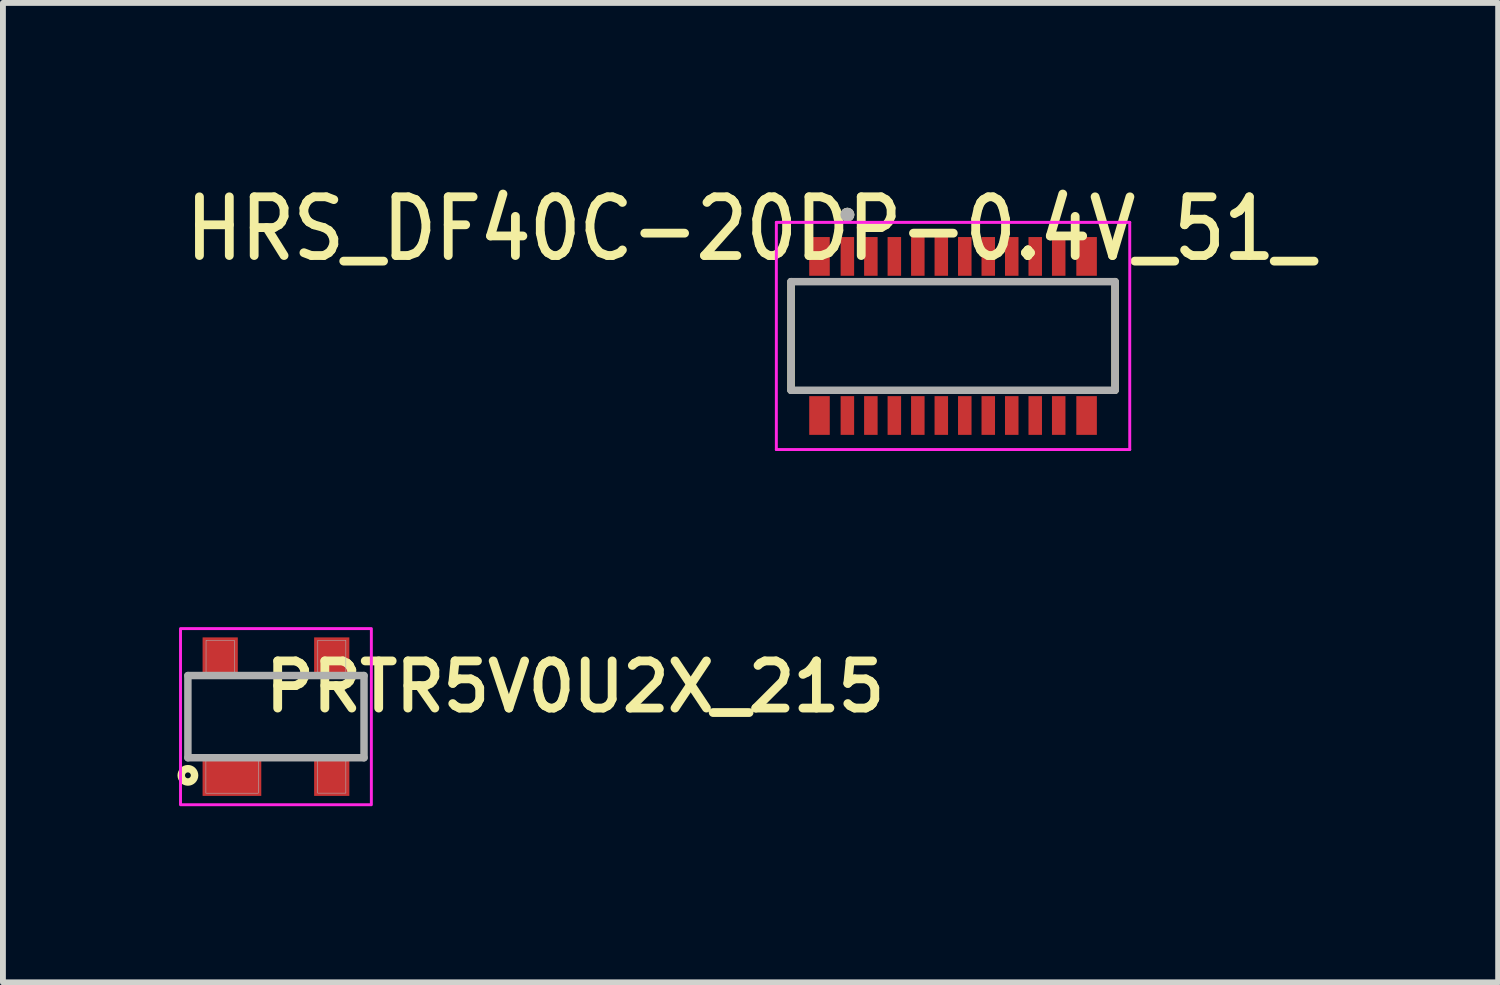
<source format=kicad_pcb>
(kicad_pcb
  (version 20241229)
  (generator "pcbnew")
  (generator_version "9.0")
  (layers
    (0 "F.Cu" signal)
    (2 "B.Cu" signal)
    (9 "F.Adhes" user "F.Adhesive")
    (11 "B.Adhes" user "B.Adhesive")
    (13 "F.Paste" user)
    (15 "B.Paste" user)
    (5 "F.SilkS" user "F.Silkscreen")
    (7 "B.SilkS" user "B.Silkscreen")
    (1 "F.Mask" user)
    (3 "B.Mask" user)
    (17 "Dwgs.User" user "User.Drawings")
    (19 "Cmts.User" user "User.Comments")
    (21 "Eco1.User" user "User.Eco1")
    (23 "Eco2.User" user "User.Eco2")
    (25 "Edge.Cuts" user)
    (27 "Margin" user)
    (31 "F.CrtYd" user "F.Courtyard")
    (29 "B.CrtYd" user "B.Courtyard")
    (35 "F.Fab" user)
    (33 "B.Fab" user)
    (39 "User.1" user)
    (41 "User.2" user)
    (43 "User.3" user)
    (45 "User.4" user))
  (footprint "PRTR5V0U2X_215"
    (layer "F.Cu")
    (at 1.651 9.158)
    (property "Reference" "PRTR5V0U2X_215" (at 5.096 -0.51 0) (layer "F.SilkS") (effects (font (size 0.803 0.803) (thickness 0.15))))
    (attr smd)
    (fp_circle (center -1.5 1) (end -1.45 1) (stroke (width 0.127) (type solid)) (fill no) (layer "F.SilkS"))
    (fp_poly (pts (xy -1.202 -1.3) (xy -0.7 -1.3) (xy -0.7 -0.701) (xy -1.202 -0.701)) (stroke (width 0.01) (type solid)) (fill yes) (layer "F.Paste"))
    (fp_poly (pts (xy -1.202 0.7) (xy -0.3 0.7) (xy -0.3 1.302) (xy -1.202 1.302)) (stroke (width 0.01) (type solid)) (fill yes) (layer "F.Paste"))
    (fp_poly (pts (xy 0.701 0.7) (xy 1.2 0.7) (xy 1.2 1.301) (xy 0.701 1.301)) (stroke (width 0.01) (type solid)) (fill yes) (layer "F.Paste"))
    (fp_poly (pts (xy 0.701 -1.3) (xy 1.2 -1.3) (xy 1.2 -0.701) (xy 0.701 -0.701)) (stroke (width 0.01) (type solid)) (fill yes) (layer "F.Paste"))
    (fp_poly (pts (xy -1.626 -1.5) (xy 1.625 -1.5) (xy 1.625 1.501) (xy -1.626 1.501)) (stroke (width 0.05) (type solid)) (fill no) (layer "F.CrtYd"))
    (fp_line (start -1.5 -0.7) (end 1.5 -0.7) (stroke (width 0.127) (type solid)) (layer "F.Fab"))
    (fp_line (start -1.5 0.7) (end -1.5 -0.7) (stroke (width 0.127) (type solid)) (layer "F.Fab"))
    (fp_line (start 1.5 -0.7) (end 1.5 0.7) (stroke (width 0.127) (type solid)) (layer "F.Fab"))
    (fp_line (start 1.5 0.7) (end -1.5 0.7) (stroke (width 0.127) (type solid)) (layer "F.Fab"))
    (fp_poly (pts (xy -1.194 0.65) (xy -0.3 0.65) (xy -0.3 1.304) (xy -1.194 1.304)) (stroke (width 0.01) (type solid)) (fill no) (layer "F.Fab"))
    (fp_poly (pts (xy -1.191 -1.3) (xy -0.71 -1.3) (xy -0.71 -0.651) (xy -1.191 -0.651)) (stroke (width 0.01) (type solid)) (fill no) (layer "F.Fab"))
    (fp_poly (pts (xy 0.711 0.65) (xy 1.19 0.65) (xy 1.19 1.303) (xy 0.711 1.303)) (stroke (width 0.01) (type solid)) (fill no) (layer "F.Fab"))
    (fp_poly (pts (xy 0.712 -1.3) (xy 1.19 -1.3) (xy 1.19 -0.652) (xy 0.712 -0.652)) (stroke (width 0.01) (type solid)) (fill no) (layer "F.Fab"))
    (pad "1" smd rect (at -0.75 1) (size 1 0.7) (layers "F.Cu" "F.Mask" "F.Paste"))
    (pad "2" smd rect (at 0.95 1) (size 0.6 0.7) (layers "F.Cu" "F.Mask" "F.Paste"))
    (pad "3" smd rect (at 0.95 -1) (size 0.6 0.7) (layers "F.Cu" "F.Mask" "F.Paste"))
    (pad "4" smd rect (at -0.95 -1) (size 0.6 0.7) (layers "F.Cu" "F.Mask" "F.Paste")))
  (footprint "HRS_DF40C-20DP-0.4V_51_"
    (layer "F.Cu")
    (at 13.185 2.673)
    (property "Reference" "HRS_DF40C-20DP-0.4V_51_" (at -3.45 -1.825 0) (layer "F.SilkS") (effects (font (size 1 0.89) (thickness 0.15))))
    (attr smd)
    (fp_line (start -2.76 0.925) (end -2.76 -0.925) (stroke (width 0.127) (type solid)) (layer "F.SilkS"))
    (fp_line (start 2.76 -0.925) (end 2.76 0.925) (stroke (width 0.127) (type solid)) (layer "F.SilkS"))
    (fp_circle (center -1.8 -2.065) (end -1.74 -2.065) (stroke (width 0.12) (type solid)) (fill no) (layer "F.SilkS"))
    (fp_line (start -3.01 -1.935) (end 3.01 -1.935) (stroke (width 0.05) (type solid)) (layer "F.CrtYd"))
    (fp_line (start -3.01 1.935) (end -3.01 -1.935) (stroke (width 0.05) (type solid)) (layer "F.CrtYd"))
    (fp_line (start 3.01 -1.935) (end 3.01 1.935) (stroke (width 0.05) (type solid)) (layer "F.CrtYd"))
    (fp_line (start 3.01 1.935) (end -3.01 1.935) (stroke (width 0.05) (type solid)) (layer "F.CrtYd"))
    (fp_line (start -2.76 -0.925) (end 2.76 -0.925) (stroke (width 0.127) (type solid)) (layer "F.Fab"))
    (fp_line (start -2.76 0.925) (end -2.76 -0.925) (stroke (width 0.127) (type solid)) (layer "F.Fab"))
    (fp_line (start 2.76 -0.925) (end 2.76 0.925) (stroke (width 0.127) (type solid)) (layer "F.Fab"))
    (fp_line (start 2.76 0.925) (end -2.76 0.925) (stroke (width 0.127) (type solid)) (layer "F.Fab"))
    (fp_circle (center -1.8 -2.065) (end -1.74 -2.065) (stroke (width 0.12) (type solid)) (fill no) (layer "F.Fab"))
    (pad "1" smd rect (at -1.8 -1.355) (size 0.23 0.66) (layers "F.Cu" "F.Mask" "F.Paste"))
    (pad "2" smd rect (at -1.8 1.355) (size 0.23 0.66) (layers "F.Cu" "F.Mask" "F.Paste"))
    (pad "3" smd rect (at -1.4 -1.355) (size 0.23 0.66) (layers "F.Cu" "F.Mask" "F.Paste"))
    (pad "4" smd rect (at -1.4 1.355) (size 0.23 0.66) (layers "F.Cu" "F.Mask" "F.Paste"))
    (pad "5" smd rect (at -1 -1.355) (size 0.23 0.66) (layers "F.Cu" "F.Mask" "F.Paste"))
    (pad "6" smd rect (at -1 1.355) (size 0.23 0.66) (layers "F.Cu" "F.Mask" "F.Paste"))
    (pad "7" smd rect (at -0.6 -1.355) (size 0.23 0.66) (layers "F.Cu" "F.Mask" "F.Paste"))
    (pad "8" smd rect (at -0.6 1.355) (size 0.23 0.66) (layers "F.Cu" "F.Mask" "F.Paste"))
    (pad "9" smd rect (at -0.2 -1.355) (size 0.23 0.66) (layers "F.Cu" "F.Mask" "F.Paste"))
    (pad "10" smd rect (at -0.2 1.355) (size 0.23 0.66) (layers "F.Cu" "F.Mask" "F.Paste"))
    (pad "11" smd rect (at 0.2 -1.355) (size 0.23 0.66) (layers "F.Cu" "F.Mask" "F.Paste"))
    (pad "12" smd rect (at 0.2 1.355) (size 0.23 0.66) (layers "F.Cu" "F.Mask" "F.Paste"))
    (pad "13" smd rect (at 0.6 -1.355) (size 0.23 0.66) (layers "F.Cu" "F.Mask" "F.Paste"))
    (pad "14" smd rect (at 0.6 1.355) (size 0.23 0.66) (layers "F.Cu" "F.Mask" "F.Paste"))
    (pad "15" smd rect (at 1 -1.355) (size 0.23 0.66) (layers "F.Cu" "F.Mask" "F.Paste"))
    (pad "16" smd rect (at 1 1.355) (size 0.23 0.66) (layers "F.Cu" "F.Mask" "F.Paste"))
    (pad "17" smd rect (at 1.4 -1.355) (size 0.23 0.66) (layers "F.Cu" "F.Mask" "F.Paste"))
    (pad "18" smd rect (at 1.4 1.355) (size 0.23 0.66) (layers "F.Cu" "F.Mask" "F.Paste"))
    (pad "19" smd rect (at 1.8 -1.355) (size 0.23 0.66) (layers "F.Cu" "F.Mask" "F.Paste"))
    (pad "20" smd rect (at 1.8 1.355) (size 0.23 0.66) (layers "F.Cu" "F.Mask" "F.Paste"))
    (pad "S1" smd rect (at -2.275 -1.355) (size 0.35 0.66) (layers "F.Cu" "F.Mask" "F.Paste"))
    (pad "S2" smd rect (at -2.275 1.355) (size 0.35 0.66) (layers "F.Cu" "F.Mask" "F.Paste"))
    (pad "S3" smd rect (at 2.275 -1.355) (size 0.35 0.66) (layers "F.Cu" "F.Mask" "F.Paste"))
    (pad "S4" smd rect (at 2.275 1.355) (size 0.35 0.66) (layers "F.Cu" "F.Mask" "F.Paste")))
  (gr_rect
    (start -3 -3)
    (end 22.471 13.684)
    (stroke (width 0.1) (type default))
    (fill no)
    (layer "Edge.Cuts")))
</source>
